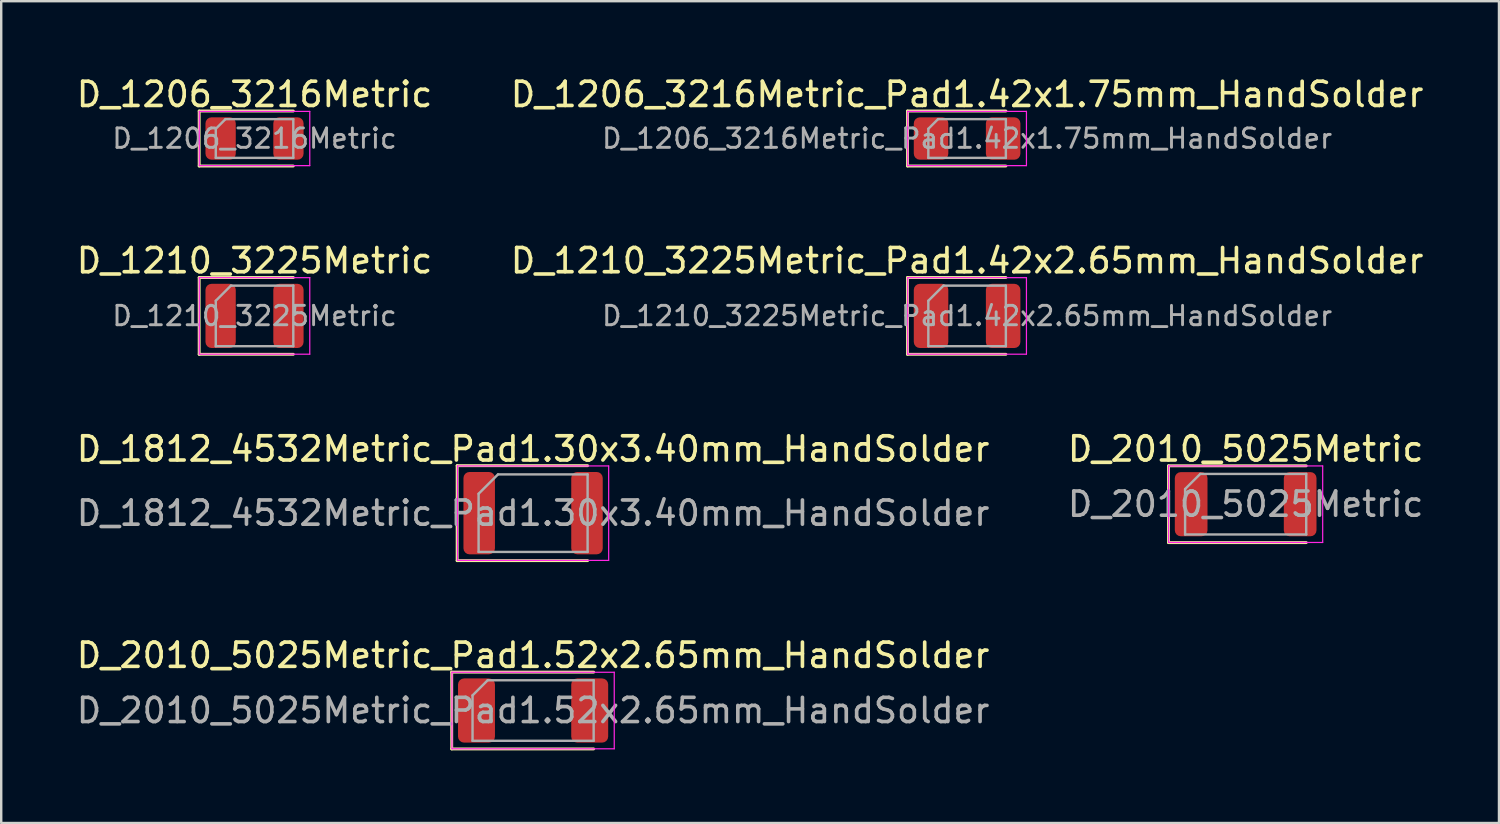
<source format=kicad_pcb>
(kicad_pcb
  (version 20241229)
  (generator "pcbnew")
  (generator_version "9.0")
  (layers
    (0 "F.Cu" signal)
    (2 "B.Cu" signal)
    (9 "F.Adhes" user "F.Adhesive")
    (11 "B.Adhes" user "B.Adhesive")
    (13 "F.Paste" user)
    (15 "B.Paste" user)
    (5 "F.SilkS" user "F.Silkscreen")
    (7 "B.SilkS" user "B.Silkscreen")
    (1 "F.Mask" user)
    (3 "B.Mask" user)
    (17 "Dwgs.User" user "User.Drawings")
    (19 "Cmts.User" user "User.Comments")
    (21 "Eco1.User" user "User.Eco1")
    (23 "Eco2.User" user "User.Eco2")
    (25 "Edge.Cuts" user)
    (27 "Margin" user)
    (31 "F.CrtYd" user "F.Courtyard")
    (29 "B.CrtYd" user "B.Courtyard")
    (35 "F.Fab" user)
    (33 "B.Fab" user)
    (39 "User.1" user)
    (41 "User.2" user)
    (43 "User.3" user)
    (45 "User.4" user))
  (footprint "D_1206_3216Metric_Pad1.42x1.75mm_HandSolder"
    (layer "F.Cu")
    (at 36.875 2.668)
    (property "Reference" "D_1206_3216Metric_Pad1.42x1.75mm_HandSolder" (at 0 -1.82 0) (layer "F.SilkS") (effects (font (size 1 1) (thickness 0.15))))
    (attr smd)
    (fp_line (start -2.46 -1.135) (end -2.46 1.135) (stroke (width 0.12) (type solid)) (layer "F.SilkS"))
    (fp_line (start -2.46 1.135) (end 1.6 1.135) (stroke (width 0.12) (type solid)) (layer "F.SilkS"))
    (fp_line (start 1.6 -1.135) (end -2.46 -1.135) (stroke (width 0.12) (type solid)) (layer "F.SilkS"))
    (fp_line (start -2.45 -1.12) (end 2.45 -1.12) (stroke (width 0.05) (type solid)) (layer "F.CrtYd"))
    (fp_line (start -2.45 1.12) (end -2.45 -1.12) (stroke (width 0.05) (type solid)) (layer "F.CrtYd"))
    (fp_line (start 2.45 -1.12) (end 2.45 1.12) (stroke (width 0.05) (type solid)) (layer "F.CrtYd"))
    (fp_line (start 2.45 1.12) (end -2.45 1.12) (stroke (width 0.05) (type solid)) (layer "F.CrtYd"))
    (fp_line (start -1.6 -0.4) (end -1.6 0.8) (stroke (width 0.1) (type solid)) (layer "F.Fab"))
    (fp_line (start -1.6 0.8) (end 1.6 0.8) (stroke (width 0.1) (type solid)) (layer "F.Fab"))
    (fp_line (start -1.2 -0.8) (end -1.6 -0.4) (stroke (width 0.1) (type solid)) (layer "F.Fab"))
    (fp_line (start 1.6 -0.8) (end -1.2 -0.8) (stroke (width 0.1) (type solid)) (layer "F.Fab"))
    (fp_line (start 1.6 0.8) (end 1.6 -0.8) (stroke (width 0.1) (type solid)) (layer "F.Fab"))
    (fp_text user "${REFERENCE}" (at 0 0 0) (layer "F.Fab") (effects (font (size 0.8 0.8) (thickness 0.12))))
    (pad "1" smd roundrect (at -1.488 0) (size 1.425 1.75) (layers "F.Cu" "F.Mask" "F.Paste") (roundrect_rratio 0.175))
    (pad "2" smd roundrect (at 1.488 0) (size 1.425 1.75) (layers "F.Cu" "F.Mask" "F.Paste") (roundrect_rratio 0.175)))
  (footprint "D_2010_5025Metric_Pad1.52x2.65mm_HandSolder"
    (layer "F.Cu")
    (at 18.958 26.283)
    (property "Reference" "D_2010_5025Metric_Pad1.52x2.65mm_HandSolder" (at 0 -2.28 0) (layer "F.SilkS") (effects (font (size 1 1) (thickness 0.15))))
    (attr smd)
    (fp_line (start -3.36 -1.585) (end -3.36 1.585) (stroke (width 0.12) (type solid)) (layer "F.SilkS"))
    (fp_line (start -3.36 1.585) (end 2.5 1.585) (stroke (width 0.12) (type solid)) (layer "F.SilkS"))
    (fp_line (start 2.5 -1.585) (end -3.36 -1.585) (stroke (width 0.12) (type solid)) (layer "F.SilkS"))
    (fp_line (start -3.35 -1.58) (end 3.35 -1.58) (stroke (width 0.05) (type solid)) (layer "F.CrtYd"))
    (fp_line (start -3.35 1.58) (end -3.35 -1.58) (stroke (width 0.05) (type solid)) (layer "F.CrtYd"))
    (fp_line (start 3.35 -1.58) (end 3.35 1.58) (stroke (width 0.05) (type solid)) (layer "F.CrtYd"))
    (fp_line (start 3.35 1.58) (end -3.35 1.58) (stroke (width 0.05) (type solid)) (layer "F.CrtYd"))
    (fp_line (start -2.5 -0.625) (end -2.5 1.25) (stroke (width 0.1) (type solid)) (layer "F.Fab"))
    (fp_line (start -2.5 1.25) (end 2.5 1.25) (stroke (width 0.1) (type solid)) (layer "F.Fab"))
    (fp_line (start -1.875 -1.25) (end -2.5 -0.625) (stroke (width 0.1) (type solid)) (layer "F.Fab"))
    (fp_line (start 2.5 -1.25) (end -1.875 -1.25) (stroke (width 0.1) (type solid)) (layer "F.Fab"))
    (fp_line (start 2.5 1.25) (end 2.5 -1.25) (stroke (width 0.1) (type solid)) (layer "F.Fab"))
    (fp_text user "${REFERENCE}" (at 0 0 0) (layer "F.Fab") (effects (font (size 1 1) (thickness 0.15))))
    (pad "1" smd roundrect (at -2.337 0) (size 1.525 2.65) (layers "F.Cu" "F.Mask" "F.Paste") (roundrect_rratio 0.164))
    (pad "2" smd roundrect (at 2.337 0) (size 1.525 2.65) (layers "F.Cu" "F.Mask" "F.Paste") (roundrect_rratio 0.164)))
  (footprint "D_1206_3216Metric"
    (layer "F.Cu")
    (at 7.458 2.668)
    (property "Reference" "D_1206_3216Metric" (at 0 -1.82 0) (layer "F.SilkS") (effects (font (size 1 1) (thickness 0.15))))
    (attr smd)
    (fp_line (start -2.285 -1.135) (end -2.285 1.135) (stroke (width 0.12) (type solid)) (layer "F.SilkS"))
    (fp_line (start -2.285 1.135) (end 1.6 1.135) (stroke (width 0.12) (type solid)) (layer "F.SilkS"))
    (fp_line (start 1.6 -1.135) (end -2.285 -1.135) (stroke (width 0.12) (type solid)) (layer "F.SilkS"))
    (fp_line (start -2.28 -1.12) (end 2.28 -1.12) (stroke (width 0.05) (type solid)) (layer "F.CrtYd"))
    (fp_line (start -2.28 1.12) (end -2.28 -1.12) (stroke (width 0.05) (type solid)) (layer "F.CrtYd"))
    (fp_line (start 2.28 -1.12) (end 2.28 1.12) (stroke (width 0.05) (type solid)) (layer "F.CrtYd"))
    (fp_line (start 2.28 1.12) (end -2.28 1.12) (stroke (width 0.05) (type solid)) (layer "F.CrtYd"))
    (fp_line (start -1.6 -0.4) (end -1.6 0.8) (stroke (width 0.1) (type solid)) (layer "F.Fab"))
    (fp_line (start -1.6 0.8) (end 1.6 0.8) (stroke (width 0.1) (type solid)) (layer "F.Fab"))
    (fp_line (start -1.2 -0.8) (end -1.6 -0.4) (stroke (width 0.1) (type solid)) (layer "F.Fab"))
    (fp_line (start 1.6 -0.8) (end -1.2 -0.8) (stroke (width 0.1) (type solid)) (layer "F.Fab"))
    (fp_line (start 1.6 0.8) (end 1.6 -0.8) (stroke (width 0.1) (type solid)) (layer "F.Fab"))
    (fp_text user "${REFERENCE}" (at 0 0 0) (layer "F.Fab") (effects (font (size 0.8 0.8) (thickness 0.12))))
    (pad "1" smd roundrect (at -1.4 0) (size 1.25 1.75) (layers "F.Cu" "F.Mask" "F.Paste") (roundrect_rratio 0.2))
    (pad "2" smd roundrect (at 1.4 0) (size 1.25 1.75) (layers "F.Cu" "F.Mask" "F.Paste") (roundrect_rratio 0.2)))
  (footprint "D_1210_3225Metric"
    (layer "F.Cu")
    (at 7.458 9.992)
    (property "Reference" "D_1210_3225Metric" (at 0 -2.28 0) (layer "F.SilkS") (effects (font (size 1 1) (thickness 0.15))))
    (attr smd)
    (fp_line (start -2.285 -1.585) (end -2.285 1.585) (stroke (width 0.12) (type solid)) (layer "F.SilkS"))
    (fp_line (start -2.285 1.585) (end 1.6 1.585) (stroke (width 0.12) (type solid)) (layer "F.SilkS"))
    (fp_line (start 1.6 -1.585) (end -2.285 -1.585) (stroke (width 0.12) (type solid)) (layer "F.SilkS"))
    (fp_line (start -2.28 -1.58) (end 2.28 -1.58) (stroke (width 0.05) (type solid)) (layer "F.CrtYd"))
    (fp_line (start -2.28 1.58) (end -2.28 -1.58) (stroke (width 0.05) (type solid)) (layer "F.CrtYd"))
    (fp_line (start 2.28 -1.58) (end 2.28 1.58) (stroke (width 0.05) (type solid)) (layer "F.CrtYd"))
    (fp_line (start 2.28 1.58) (end -2.28 1.58) (stroke (width 0.05) (type solid)) (layer "F.CrtYd"))
    (fp_line (start -1.6 -0.625) (end -1.6 1.25) (stroke (width 0.1) (type solid)) (layer "F.Fab"))
    (fp_line (start -1.6 1.25) (end 1.6 1.25) (stroke (width 0.1) (type solid)) (layer "F.Fab"))
    (fp_line (start -0.975 -1.25) (end -1.6 -0.625) (stroke (width 0.1) (type solid)) (layer "F.Fab"))
    (fp_line (start 1.6 -1.25) (end -0.975 -1.25) (stroke (width 0.1) (type solid)) (layer "F.Fab"))
    (fp_line (start 1.6 1.25) (end 1.6 -1.25) (stroke (width 0.1) (type solid)) (layer "F.Fab"))
    (fp_text user "${REFERENCE}" (at 0 0 0) (layer "F.Fab") (effects (font (size 0.8 0.8) (thickness 0.12))))
    (pad "1" smd roundrect (at -1.4 0) (size 1.25 2.65) (layers "F.Cu" "F.Mask" "F.Paste") (roundrect_rratio 0.2))
    (pad "2" smd roundrect (at 1.4 0) (size 1.25 2.65) (layers "F.Cu" "F.Mask" "F.Paste") (roundrect_rratio 0.2)))
  (footprint "D_1210_3225Metric_Pad1.42x2.65mm_HandSolder"
    (layer "F.Cu")
    (at 36.875 9.992)
    (property "Reference" "D_1210_3225Metric_Pad1.42x2.65mm_HandSolder" (at 0 -2.28 0) (layer "F.SilkS") (effects (font (size 1 1) (thickness 0.15))))
    (attr smd)
    (fp_line (start -2.46 -1.585) (end -2.46 1.585) (stroke (width 0.12) (type solid)) (layer "F.SilkS"))
    (fp_line (start -2.46 1.585) (end 1.6 1.585) (stroke (width 0.12) (type solid)) (layer "F.SilkS"))
    (fp_line (start 1.6 -1.585) (end -2.46 -1.585) (stroke (width 0.12) (type solid)) (layer "F.SilkS"))
    (fp_line (start -2.45 -1.58) (end 2.45 -1.58) (stroke (width 0.05) (type solid)) (layer "F.CrtYd"))
    (fp_line (start -2.45 1.58) (end -2.45 -1.58) (stroke (width 0.05) (type solid)) (layer "F.CrtYd"))
    (fp_line (start 2.45 -1.58) (end 2.45 1.58) (stroke (width 0.05) (type solid)) (layer "F.CrtYd"))
    (fp_line (start 2.45 1.58) (end -2.45 1.58) (stroke (width 0.05) (type solid)) (layer "F.CrtYd"))
    (fp_line (start -1.6 -0.625) (end -1.6 1.25) (stroke (width 0.1) (type solid)) (layer "F.Fab"))
    (fp_line (start -1.6 1.25) (end 1.6 1.25) (stroke (width 0.1) (type solid)) (layer "F.Fab"))
    (fp_line (start -0.975 -1.25) (end -1.6 -0.625) (stroke (width 0.1) (type solid)) (layer "F.Fab"))
    (fp_line (start 1.6 -1.25) (end -0.975 -1.25) (stroke (width 0.1) (type solid)) (layer "F.Fab"))
    (fp_line (start 1.6 1.25) (end 1.6 -1.25) (stroke (width 0.1) (type solid)) (layer "F.Fab"))
    (fp_text user "${REFERENCE}" (at 0 0 0) (layer "F.Fab") (effects (font (size 0.8 0.8) (thickness 0.12))))
    (pad "1" smd roundrect (at -1.488 0) (size 1.425 2.65) (layers "F.Cu" "F.Mask" "F.Paste") (roundrect_rratio 0.175))
    (pad "2" smd roundrect (at 1.488 0) (size 1.425 2.65) (layers "F.Cu" "F.Mask" "F.Paste") (roundrect_rratio 0.175)))
  (footprint "D_1812_4532Metric_Pad1.30x3.40mm_HandSolder"
    (layer "F.Cu")
    (at 18.958 18.135)
    (property "Reference" "D_1812_4532Metric_Pad1.30x3.40mm_HandSolder" (at 0 -2.65 0) (layer "F.SilkS") (effects (font (size 1 1) (thickness 0.15))))
    (attr smd)
    (fp_line (start -3.135 -1.96) (end -3.135 1.96) (stroke (width 0.12) (type solid)) (layer "F.SilkS"))
    (fp_line (start -3.135 1.96) (end 2.25 1.96) (stroke (width 0.12) (type solid)) (layer "F.SilkS"))
    (fp_line (start 2.25 -1.96) (end -3.135 -1.96) (stroke (width 0.12) (type solid)) (layer "F.SilkS"))
    (fp_line (start -3.12 -1.95) (end 3.12 -1.95) (stroke (width 0.05) (type solid)) (layer "F.CrtYd"))
    (fp_line (start -3.12 1.95) (end -3.12 -1.95) (stroke (width 0.05) (type solid)) (layer "F.CrtYd"))
    (fp_line (start 3.12 -1.95) (end 3.12 1.95) (stroke (width 0.05) (type solid)) (layer "F.CrtYd"))
    (fp_line (start 3.12 1.95) (end -3.12 1.95) (stroke (width 0.05) (type solid)) (layer "F.CrtYd"))
    (fp_line (start -2.25 -0.8) (end -2.25 1.6) (stroke (width 0.1) (type solid)) (layer "F.Fab"))
    (fp_line (start -2.25 1.6) (end 2.25 1.6) (stroke (width 0.1) (type solid)) (layer "F.Fab"))
    (fp_line (start -1.45 -1.6) (end -2.25 -0.8) (stroke (width 0.1) (type solid)) (layer "F.Fab"))
    (fp_line (start 2.25 -1.6) (end -1.45 -1.6) (stroke (width 0.1) (type solid)) (layer "F.Fab"))
    (fp_line (start 2.25 1.6) (end 2.25 -1.6) (stroke (width 0.1) (type solid)) (layer "F.Fab"))
    (fp_text user "${REFERENCE}" (at 0 0 0) (layer "F.Fab") (effects (font (size 1 1) (thickness 0.15))))
    (pad "1" smd roundrect (at -2.225 0) (size 1.3 3.4) (layers "F.Cu" "F.Mask" "F.Paste") (roundrect_rratio 0.192))
    (pad "2" smd roundrect (at 2.225 0) (size 1.3 3.4) (layers "F.Cu" "F.Mask" "F.Paste") (roundrect_rratio 0.192)))
  (footprint "D_2010_5025Metric"
    (layer "F.Cu")
    (at 48.375 17.765)
    (property "Reference" "D_2010_5025Metric" (at 0 -2.28 0) (layer "F.SilkS") (effects (font (size 1 1) (thickness 0.15))))
    (attr smd)
    (fp_line (start -3.185 -1.585) (end -3.185 1.585) (stroke (width 0.12) (type solid)) (layer "F.SilkS"))
    (fp_line (start -3.185 1.585) (end 2.5 1.585) (stroke (width 0.12) (type solid)) (layer "F.SilkS"))
    (fp_line (start 2.5 -1.585) (end -3.185 -1.585) (stroke (width 0.12) (type solid)) (layer "F.SilkS"))
    (fp_line (start -3.18 -1.58) (end 3.18 -1.58) (stroke (width 0.05) (type solid)) (layer "F.CrtYd"))
    (fp_line (start -3.18 1.58) (end -3.18 -1.58) (stroke (width 0.05) (type solid)) (layer "F.CrtYd"))
    (fp_line (start 3.18 -1.58) (end 3.18 1.58) (stroke (width 0.05) (type solid)) (layer "F.CrtYd"))
    (fp_line (start 3.18 1.58) (end -3.18 1.58) (stroke (width 0.05) (type solid)) (layer "F.CrtYd"))
    (fp_line (start -2.5 -0.625) (end -2.5 1.25) (stroke (width 0.1) (type solid)) (layer "F.Fab"))
    (fp_line (start -2.5 1.25) (end 2.5 1.25) (stroke (width 0.1) (type solid)) (layer "F.Fab"))
    (fp_line (start -1.875 -1.25) (end -2.5 -0.625) (stroke (width 0.1) (type solid)) (layer "F.Fab"))
    (fp_line (start 2.5 -1.25) (end -1.875 -1.25) (stroke (width 0.1) (type solid)) (layer "F.Fab"))
    (fp_line (start 2.5 1.25) (end 2.5 -1.25) (stroke (width 0.1) (type solid)) (layer "F.Fab"))
    (fp_text user "${REFERENCE}" (at 0 0 0) (layer "F.Fab") (effects (font (size 1 1) (thickness 0.15))))
    (pad "1" smd roundrect (at -2.25 0) (size 1.35 2.65) (layers "F.Cu" "F.Mask" "F.Paste") (roundrect_rratio 0.185))
    (pad "2" smd roundrect (at 2.25 0) (size 1.35 2.65) (layers "F.Cu" "F.Mask" "F.Paste") (roundrect_rratio 0.185)))
  (gr_rect
    (start -3 -3)
    (end 58.833 30.928)
    (stroke (width 0.1) (type default))
    (fill no)
    (layer "Edge.Cuts")))
</source>
